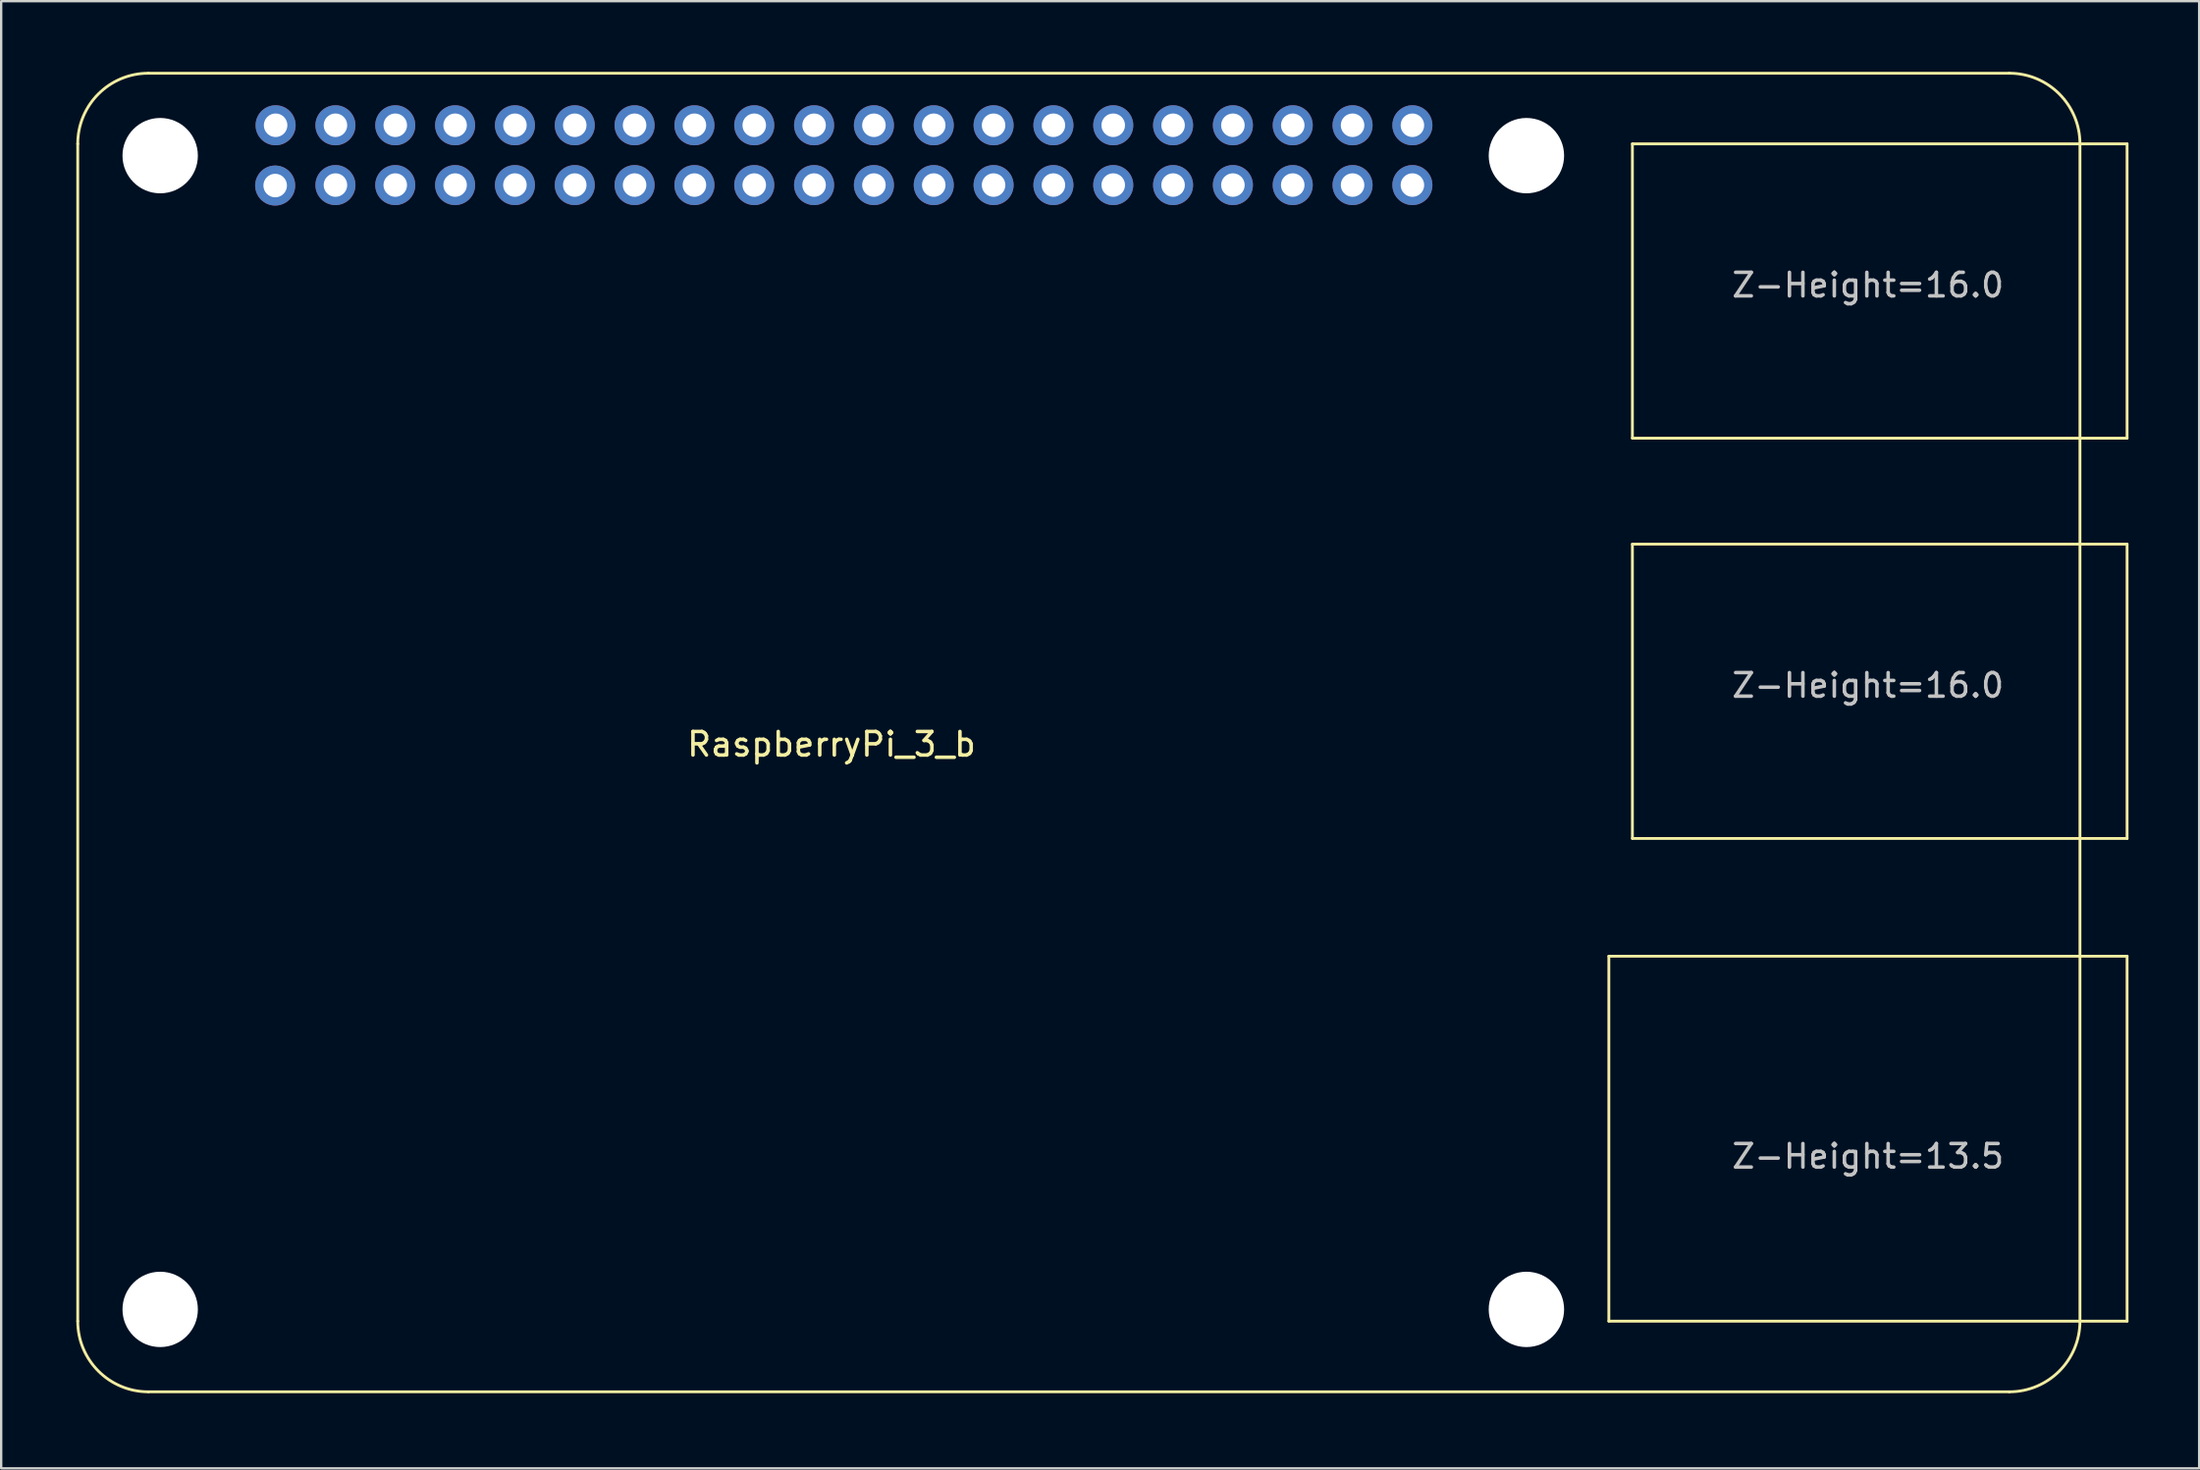
<source format=kicad_pcb>
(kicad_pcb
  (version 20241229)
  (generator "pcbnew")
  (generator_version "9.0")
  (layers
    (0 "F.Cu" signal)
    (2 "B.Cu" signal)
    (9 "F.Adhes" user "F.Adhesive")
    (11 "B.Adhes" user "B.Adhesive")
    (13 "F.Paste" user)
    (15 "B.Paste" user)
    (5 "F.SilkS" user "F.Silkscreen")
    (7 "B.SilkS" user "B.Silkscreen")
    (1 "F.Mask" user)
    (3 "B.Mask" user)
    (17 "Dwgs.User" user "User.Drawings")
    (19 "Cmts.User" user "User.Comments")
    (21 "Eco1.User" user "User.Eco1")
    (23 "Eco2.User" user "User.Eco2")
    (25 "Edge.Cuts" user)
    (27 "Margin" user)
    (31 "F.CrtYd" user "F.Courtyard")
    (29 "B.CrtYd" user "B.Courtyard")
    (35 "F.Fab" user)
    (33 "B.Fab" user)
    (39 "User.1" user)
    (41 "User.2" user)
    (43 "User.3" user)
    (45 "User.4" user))
  (footprint "RaspberryPi_3_b"
    (layer "F.Cu")
    (at 0.25 56.06)
    (property "Reference" "RaspberryPi_3_b" (at 32 -27.5 0) (layer "F.SilkS") (effects (font (size 1 1) (thickness 0.15))))
    (attr through_hole)
    (fp_line (start 0 -53) (end 0 -3) (stroke (width 0.12) (type solid)) (layer "F.SilkS"))
    (fp_line (start 3 -56) (end 82 -56) (stroke (width 0.12) (type solid)) (layer "F.SilkS"))
    (fp_line (start 65 -18.5) (end 65 -3) (stroke (width 0.12) (type solid)) (layer "F.SilkS"))
    (fp_line (start 65 -3) (end 87 -3) (stroke (width 0.12) (type solid)) (layer "F.SilkS"))
    (fp_line (start 66 -53) (end 87 -53) (stroke (width 0.12) (type solid)) (layer "F.SilkS"))
    (fp_line (start 66 -40.5) (end 66 -53) (stroke (width 0.12) (type solid)) (layer "F.SilkS"))
    (fp_line (start 66 -36) (end 87 -36) (stroke (width 0.12) (type solid)) (layer "F.SilkS"))
    (fp_line (start 66 -23.5) (end 66 -36) (stroke (width 0.12) (type solid)) (layer "F.SilkS"))
    (fp_line (start 82 0) (end 3 0) (stroke (width 0.12) (type solid)) (layer "F.SilkS"))
    (fp_line (start 85 -53) (end 85 -3) (stroke (width 0.12) (type solid)) (layer "F.SilkS"))
    (fp_line (start 87 -53) (end 87 -40.5) (stroke (width 0.12) (type solid)) (layer "F.SilkS"))
    (fp_line (start 87 -40.5) (end 66 -40.5) (stroke (width 0.12) (type solid)) (layer "F.SilkS"))
    (fp_line (start 87 -36) (end 87 -23.5) (stroke (width 0.12) (type solid)) (layer "F.SilkS"))
    (fp_line (start 87 -23.5) (end 66 -23.5) (stroke (width 0.12) (type solid)) (layer "F.SilkS"))
    (fp_line (start 87 -18.5) (end 65 -18.5) (stroke (width 0.12) (type solid)) (layer "F.SilkS"))
    (fp_line (start 87 -3) (end 87 -18.5) (stroke (width 0.12) (type solid)) (layer "F.SilkS"))
    (fp_arc (start 0 -53) (mid 0.87868 -55.12132) (end 3 -56) (stroke (width 0.12) (type solid)) (layer "F.SilkS"))
    (fp_arc (start 3 0) (mid 0.87868 -0.87868) (end 0 -3) (stroke (width 0.12) (type solid)) (layer "F.SilkS"))
    (fp_arc (start 82 -56) (mid 84.12132 -55.12132) (end 85 -53) (stroke (width 0.12) (type solid)) (layer "F.SilkS"))
    (fp_arc (start 85 -3) (mid 84.12132 -0.87868) (end 82 0) (stroke (width 0.12) (type solid)) (layer "F.SilkS"))
    (fp_text user "Z-Height=13.5" (at 76 -10 0) (layer "Dwgs.User") (effects (font (size 1 1) (thickness 0.15))))
    (fp_text user "Z-Height=16.0" (at 76 -30 0) (layer "Dwgs.User") (effects (font (size 1 1) (thickness 0.15))))
    (fp_text user "Z-Height=16.0" (at 76 -47 0) (layer "Dwgs.User") (effects (font (size 1 1) (thickness 0.15))))
    (pad "" np_thru_hole circle (at 3.5 -52.5) (size 3.2 3.2) (drill 3.2) (layers "*.Cu" "*.Mask"))
    (pad "" np_thru_hole circle (at 3.5 -3.5) (size 3.2 3.2) (drill 3.2) (layers "*.Cu" "*.Mask"))
    (pad "" np_thru_hole circle (at 61.5 -52.5) (size 3.2 3.2) (drill 3.2) (layers "*.Cu" "*.Mask"))
    (pad "" np_thru_hole circle (at 61.5 -3.5) (size 3.2 3.2) (drill 3.2) (layers "*.Cu" "*.Mask"))
    (pad "1" thru_hole circle (at 8.382 -51.23) (size 1.7 1.7) (drill 1) (layers "*.Cu" "*.Mask"))
    (pad "2" thru_hole circle (at 8.4 -53.79) (size 1.7 1.7) (drill 1) (layers "*.Cu" "*.Mask"))
    (pad "3" thru_hole circle (at 10.94 -51.25) (size 1.7 1.7) (drill 1) (layers "*.Cu" "*.Mask"))
    (pad "4" thru_hole circle (at 10.94 -53.79) (size 1.7 1.7) (drill 1) (layers "*.Cu" "*.Mask"))
    (pad "5" thru_hole circle (at 13.48 -51.25) (size 1.7 1.7) (drill 1) (layers "*.Cu" "*.Mask"))
    (pad "6" thru_hole circle (at 13.48 -53.79) (size 1.7 1.7) (drill 1) (layers "*.Cu" "*.Mask"))
    (pad "7" thru_hole circle (at 16.02 -51.25) (size 1.7 1.7) (drill 1) (layers "*.Cu" "*.Mask"))
    (pad "8" thru_hole circle (at 16.02 -53.79) (size 1.7 1.7) (drill 1) (layers "*.Cu" "*.Mask"))
    (pad "9" thru_hole circle (at 18.56 -51.25) (size 1.7 1.7) (drill 1) (layers "*.Cu" "*.Mask"))
    (pad "10" thru_hole circle (at 18.56 -53.79) (size 1.7 1.7) (drill 1) (layers "*.Cu" "*.Mask"))
    (pad "11" thru_hole circle (at 21.1 -51.25) (size 1.7 1.7) (drill 1) (layers "*.Cu" "*.Mask"))
    (pad "12" thru_hole circle (at 21.1 -53.79) (size 1.7 1.7) (drill 1) (layers "*.Cu" "*.Mask"))
    (pad "13" thru_hole circle (at 23.64 -51.25) (size 1.7 1.7) (drill 1) (layers "*.Cu" "*.Mask"))
    (pad "14" thru_hole circle (at 23.64 -53.79) (size 1.7 1.7) (drill 1) (layers "*.Cu" "*.Mask"))
    (pad "15" thru_hole circle (at 26.18 -51.25) (size 1.7 1.7) (drill 1) (layers "*.Cu" "*.Mask"))
    (pad "16" thru_hole circle (at 26.18 -53.79) (size 1.7 1.7) (drill 1) (layers "*.Cu" "*.Mask"))
    (pad "17" thru_hole circle (at 28.72 -51.25) (size 1.7 1.7) (drill 1) (layers "*.Cu" "*.Mask"))
    (pad "18" thru_hole circle (at 28.72 -53.79) (size 1.7 1.7) (drill 1) (layers "*.Cu" "*.Mask"))
    (pad "19" thru_hole circle (at 31.26 -51.25) (size 1.7 1.7) (drill 1) (layers "*.Cu" "*.Mask"))
    (pad "20" thru_hole circle (at 31.26 -53.79) (size 1.7 1.7) (drill 1) (layers "*.Cu" "*.Mask"))
    (pad "21" thru_hole circle (at 33.8 -51.25) (size 1.7 1.7) (drill 1) (layers "*.Cu" "*.Mask"))
    (pad "22" thru_hole circle (at 33.8 -53.79) (size 1.7 1.7) (drill 1) (layers "*.Cu" "*.Mask"))
    (pad "23" thru_hole circle (at 36.34 -51.25) (size 1.7 1.7) (drill 1) (layers "*.Cu" "*.Mask"))
    (pad "24" thru_hole circle (at 36.34 -53.79) (size 1.7 1.7) (drill 1) (layers "*.Cu" "*.Mask"))
    (pad "25" thru_hole circle (at 38.88 -51.25) (size 1.7 1.7) (drill 1) (layers "*.Cu" "*.Mask"))
    (pad "26" thru_hole circle (at 38.88 -53.79) (size 1.7 1.7) (drill 1) (layers "*.Cu" "*.Mask"))
    (pad "27" thru_hole circle (at 41.42 -51.25) (size 1.7 1.7) (drill 1) (layers "*.Cu" "*.Mask"))
    (pad "28" thru_hole circle (at 41.42 -53.79) (size 1.7 1.7) (drill 1) (layers "*.Cu" "*.Mask"))
    (pad "29" thru_hole circle (at 43.96 -51.25) (size 1.7 1.7) (drill 1) (layers "*.Cu" "*.Mask"))
    (pad "30" thru_hole circle (at 43.96 -53.79) (size 1.7 1.7) (drill 1) (layers "*.Cu" "*.Mask"))
    (pad "31" thru_hole circle (at 46.5 -51.25) (size 1.7 1.7) (drill 1) (layers "*.Cu" "*.Mask"))
    (pad "32" thru_hole circle (at 46.5 -53.79) (size 1.7 1.7) (drill 1) (layers "*.Cu" "*.Mask"))
    (pad "33" thru_hole circle (at 49.04 -51.25) (size 1.7 1.7) (drill 1) (layers "*.Cu" "*.Mask"))
    (pad "34" thru_hole circle (at 49.04 -53.79) (size 1.7 1.7) (drill 1) (layers "*.Cu" "*.Mask"))
    (pad "35" thru_hole circle (at 51.58 -51.25) (size 1.7 1.7) (drill 1) (layers "*.Cu" "*.Mask"))
    (pad "36" thru_hole circle (at 51.58 -53.79) (size 1.7 1.7) (drill 1) (layers "*.Cu" "*.Mask"))
    (pad "37" thru_hole circle (at 54.12 -51.25) (size 1.7 1.7) (drill 1) (layers "*.Cu" "*.Mask"))
    (pad "38" thru_hole circle (at 54.12 -53.79) (size 1.7 1.7) (drill 1) (layers "*.Cu" "*.Mask"))
    (pad "39" thru_hole circle (at 56.66 -51.25) (size 1.7 1.7) (drill 1) (layers "*.Cu" "*.Mask"))
    (pad "40" thru_hole circle (at 56.66 -53.79) (size 1.7 1.7) (drill 1) (layers "*.Cu" "*.Mask")))
  (gr_rect
    (start -3 -3)
    (end 90.31 59.31)
    (stroke (width 0.1) (type default))
    (fill no)
    (layer "Edge.Cuts")))
</source>
